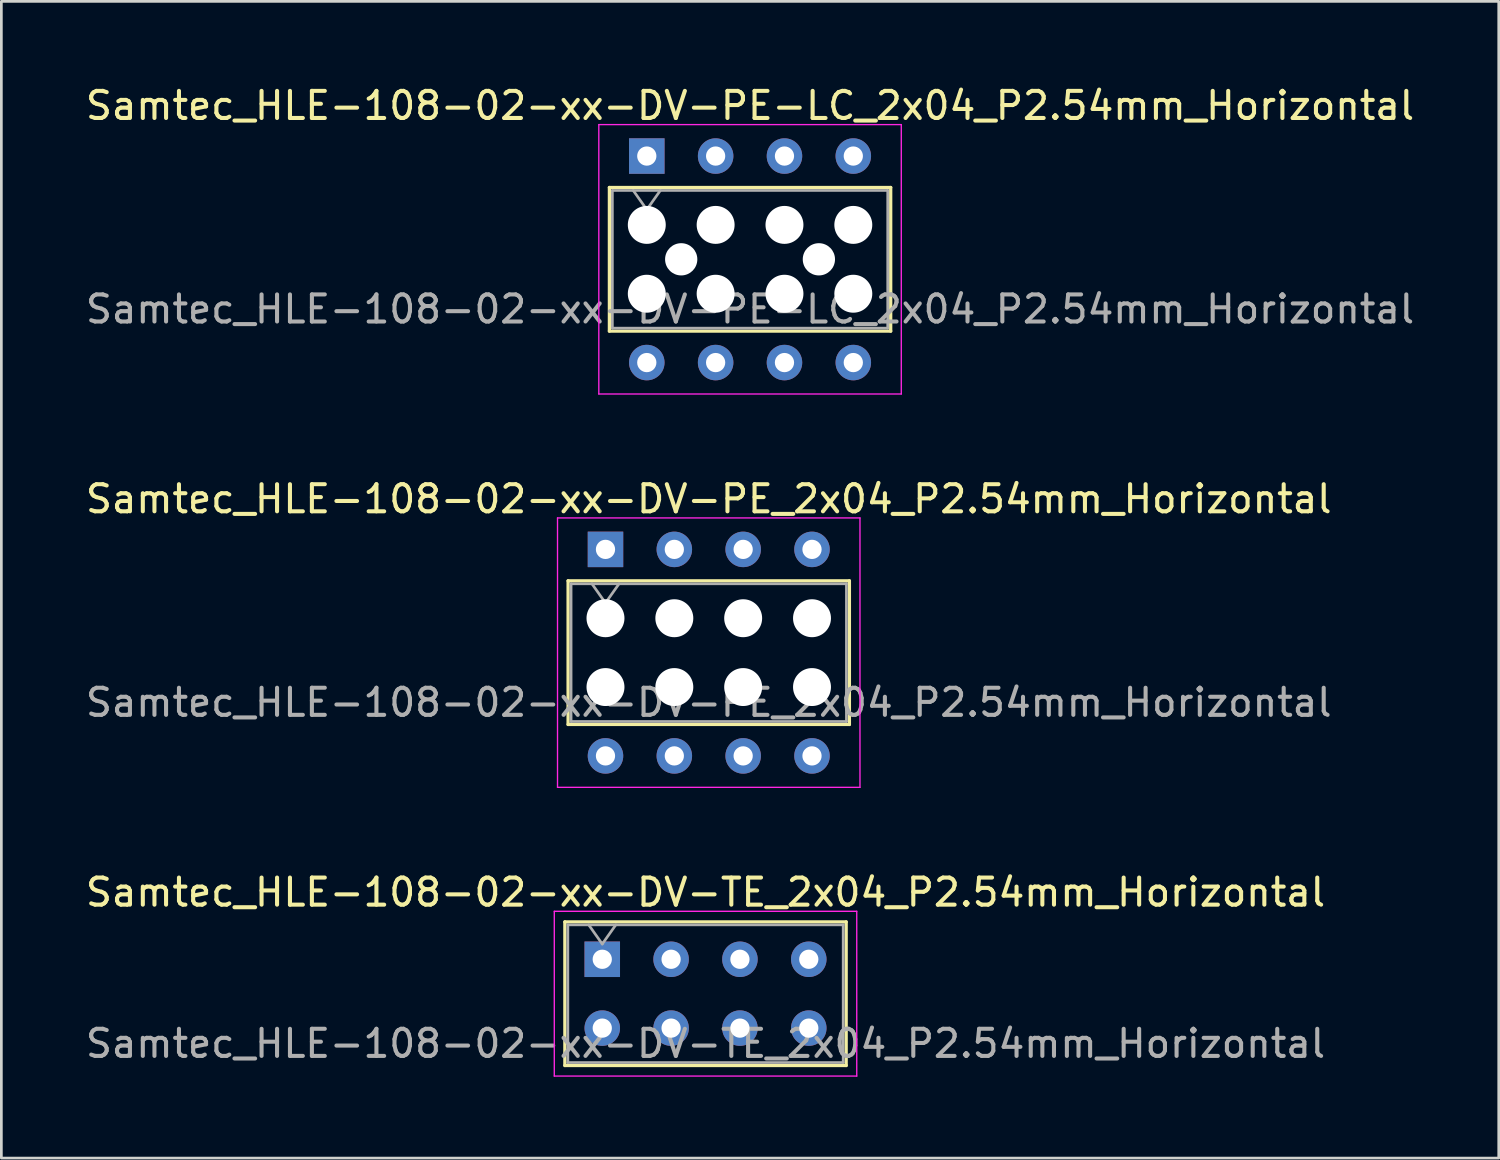
<source format=kicad_pcb>
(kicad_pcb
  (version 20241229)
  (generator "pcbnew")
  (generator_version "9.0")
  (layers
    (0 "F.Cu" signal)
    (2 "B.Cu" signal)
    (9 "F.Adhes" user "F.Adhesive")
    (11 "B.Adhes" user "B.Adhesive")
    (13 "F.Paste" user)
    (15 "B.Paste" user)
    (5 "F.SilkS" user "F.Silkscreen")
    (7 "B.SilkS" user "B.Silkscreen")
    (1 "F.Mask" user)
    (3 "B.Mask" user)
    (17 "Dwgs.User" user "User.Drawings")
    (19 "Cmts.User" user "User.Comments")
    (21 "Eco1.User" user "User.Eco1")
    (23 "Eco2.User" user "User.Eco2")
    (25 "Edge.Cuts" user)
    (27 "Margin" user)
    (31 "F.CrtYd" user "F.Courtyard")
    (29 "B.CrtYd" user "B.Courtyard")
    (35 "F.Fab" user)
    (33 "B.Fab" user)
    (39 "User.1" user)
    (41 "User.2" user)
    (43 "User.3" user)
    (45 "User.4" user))
  (footprint "Samtec_HLE-108-02-xx-DV-TE_2x04_P2.54mm_Horizontal"
    (layer "F.Cu")
    (at 19.172 32.345)
    (property "Reference" "Samtec_HLE-108-02-xx-DV-TE_2x04_P2.54mm_Horizontal" (at 3.81 -2.47 0) (layer "F.SilkS") (effects (font (size 1 1) (thickness 0.15))))
    (attr through_hole)
    (fp_line (start -1.38 -1.38) (end 9 -1.38) (stroke (width 0.12) (type solid)) (layer "F.SilkS"))
    (fp_line (start -1.38 3.92) (end -1.38 -1.38) (stroke (width 0.12) (type solid)) (layer "F.SilkS"))
    (fp_line (start 9 -1.38) (end 9 3.92) (stroke (width 0.12) (type solid)) (layer "F.SilkS"))
    (fp_line (start 9 3.92) (end -1.38 3.92) (stroke (width 0.12) (type solid)) (layer "F.SilkS"))
    (fp_line (start -1.77 -1.77) (end 9.39 -1.77) (stroke (width 0.05) (type solid)) (layer "F.CrtYd"))
    (fp_line (start -1.77 4.31) (end -1.77 -1.77) (stroke (width 0.05) (type solid)) (layer "F.CrtYd"))
    (fp_line (start 9.39 -1.77) (end 9.39 4.31) (stroke (width 0.05) (type solid)) (layer "F.CrtYd"))
    (fp_line (start 9.39 4.31) (end -1.77 4.31) (stroke (width 0.05) (type solid)) (layer "F.CrtYd"))
    (fp_line (start -1.27 -1.27) (end 8.89 -1.27) (stroke (width 0.1) (type solid)) (layer "F.Fab"))
    (fp_line (start -1.27 3.81) (end -1.27 -1.27) (stroke (width 0.1) (type solid)) (layer "F.Fab"))
    (fp_line (start -0.5 -1.27) (end 0 -0.563) (stroke (width 0.1) (type solid)) (layer "F.Fab"))
    (fp_line (start 0 -0.563) (end 0.5 -1.27) (stroke (width 0.1) (type solid)) (layer "F.Fab"))
    (fp_line (start 8.89 -1.27) (end 8.89 3.81) (stroke (width 0.1) (type solid)) (layer "F.Fab"))
    (fp_line (start 8.89 3.81) (end -1.27 3.81) (stroke (width 0.1) (type solid)) (layer "F.Fab"))
    (fp_text user "${REFERENCE}" (at 3.81 3.11 0) (layer "F.Fab") (effects (font (size 1 1) (thickness 0.15))))
    (pad "1" thru_hole rect (at 0 0) (size 1.31 1.31) (drill 0.71) (layers "*.Cu" "*.Mask"))
    (pad "2" thru_hole circle (at 0 2.54) (size 1.31 1.31) (drill 0.71) (layers "*.Cu" "*.Mask"))
    (pad "3" thru_hole circle (at 2.54 0) (size 1.31 1.31) (drill 0.71) (layers "*.Cu" "*.Mask"))
    (pad "4" thru_hole circle (at 2.54 2.54) (size 1.31 1.31) (drill 0.71) (layers "*.Cu" "*.Mask"))
    (pad "5" thru_hole circle (at 5.08 0) (size 1.31 1.31) (drill 0.71) (layers "*.Cu" "*.Mask"))
    (pad "6" thru_hole circle (at 5.08 2.54) (size 1.31 1.31) (drill 0.71) (layers "*.Cu" "*.Mask"))
    (pad "7" thru_hole circle (at 7.62 0) (size 1.31 1.31) (drill 0.71) (layers "*.Cu" "*.Mask"))
    (pad "8" thru_hole circle (at 7.62 2.54) (size 1.31 1.31) (drill 0.71) (layers "*.Cu" "*.Mask")))
  (footprint "Samtec_HLE-108-02-xx-DV-PE_2x04_P2.54mm_Horizontal"
    (layer "F.Cu")
    (at 19.291 17.221)
    (property "Reference" "Samtec_HLE-108-02-xx-DV-PE_2x04_P2.54mm_Horizontal" (at 3.81 -1.86 0) (layer "F.SilkS") (effects (font (size 1 1) (thickness 0.15))))
    (attr through_hole)
    (fp_line (start -1.38 1.16) (end 9 1.16) (stroke (width 0.12) (type solid)) (layer "F.SilkS"))
    (fp_line (start -1.38 6.46) (end -1.38 1.16) (stroke (width 0.12) (type solid)) (layer "F.SilkS"))
    (fp_line (start 9 1.16) (end 9 6.46) (stroke (width 0.12) (type solid)) (layer "F.SilkS"))
    (fp_line (start 9 6.46) (end -1.38 6.46) (stroke (width 0.12) (type solid)) (layer "F.SilkS"))
    (fp_line (start -1.77 -1.16) (end 9.39 -1.16) (stroke (width 0.05) (type solid)) (layer "F.CrtYd"))
    (fp_line (start -1.77 8.78) (end -1.77 -1.16) (stroke (width 0.05) (type solid)) (layer "F.CrtYd"))
    (fp_line (start 9.39 -1.16) (end 9.39 8.78) (stroke (width 0.05) (type solid)) (layer "F.CrtYd"))
    (fp_line (start 9.39 8.78) (end -1.77 8.78) (stroke (width 0.05) (type solid)) (layer "F.CrtYd"))
    (fp_line (start -1.27 1.27) (end 8.89 1.27) (stroke (width 0.1) (type solid)) (layer "F.Fab"))
    (fp_line (start -1.27 6.35) (end -1.27 1.27) (stroke (width 0.1) (type solid)) (layer "F.Fab"))
    (fp_line (start -0.5 1.27) (end 0 1.977) (stroke (width 0.1) (type solid)) (layer "F.Fab"))
    (fp_line (start 0 1.977) (end 0.5 1.27) (stroke (width 0.1) (type solid)) (layer "F.Fab"))
    (fp_line (start 8.89 1.27) (end 8.89 6.35) (stroke (width 0.1) (type solid)) (layer "F.Fab"))
    (fp_line (start 8.89 6.35) (end -1.27 6.35) (stroke (width 0.1) (type solid)) (layer "F.Fab"))
    (fp_text user "${REFERENCE}" (at 3.81 5.65 0) (layer "F.Fab") (effects (font (size 1 1) (thickness 0.15))))
    (pad "" np_thru_hole circle (at 0 2.54) (size 1.4 1.4) (drill 1.4) (layers "*.Cu" "*.Mask"))
    (pad "" np_thru_hole circle (at 0 5.08) (size 1.4 1.4) (drill 1.4) (layers "*.Cu" "*.Mask"))
    (pad "" np_thru_hole circle (at 2.54 2.54) (size 1.4 1.4) (drill 1.4) (layers "*.Cu" "*.Mask"))
    (pad "" np_thru_hole circle (at 2.54 5.08) (size 1.4 1.4) (drill 1.4) (layers "*.Cu" "*.Mask"))
    (pad "" np_thru_hole circle (at 5.08 2.54) (size 1.4 1.4) (drill 1.4) (layers "*.Cu" "*.Mask"))
    (pad "" np_thru_hole circle (at 5.08 5.08) (size 1.4 1.4) (drill 1.4) (layers "*.Cu" "*.Mask"))
    (pad "" np_thru_hole circle (at 7.62 2.54) (size 1.4 1.4) (drill 1.4) (layers "*.Cu" "*.Mask"))
    (pad "" np_thru_hole circle (at 7.62 5.08) (size 1.4 1.4) (drill 1.4) (layers "*.Cu" "*.Mask"))
    (pad "1" thru_hole rect (at 0 0) (size 1.31 1.31) (drill 0.71) (layers "*.Cu" "*.Mask"))
    (pad "2" thru_hole circle (at 0 7.62) (size 1.31 1.31) (drill 0.71) (layers "*.Cu" "*.Mask"))
    (pad "3" thru_hole circle (at 2.54 0) (size 1.31 1.31) (drill 0.71) (layers "*.Cu" "*.Mask"))
    (pad "4" thru_hole circle (at 2.54 7.62) (size 1.31 1.31) (drill 0.71) (layers "*.Cu" "*.Mask"))
    (pad "5" thru_hole circle (at 5.08 0) (size 1.31 1.31) (drill 0.71) (layers "*.Cu" "*.Mask"))
    (pad "6" thru_hole circle (at 5.08 7.62) (size 1.31 1.31) (drill 0.71) (layers "*.Cu" "*.Mask"))
    (pad "7" thru_hole circle (at 7.62 0) (size 1.31 1.31) (drill 0.71) (layers "*.Cu" "*.Mask"))
    (pad "8" thru_hole circle (at 7.62 7.62) (size 1.31 1.31) (drill 0.71) (layers "*.Cu" "*.Mask")))
  (footprint "Samtec_HLE-108-02-xx-DV-PE-LC_2x04_P2.54mm_Horizontal"
    (layer "F.Cu")
    (at 20.815 2.708)
    (property "Reference" "Samtec_HLE-108-02-xx-DV-PE-LC_2x04_P2.54mm_Horizontal" (at 3.81 -1.86 0) (layer "F.SilkS") (effects (font (size 1 1) (thickness 0.15))))
    (attr through_hole)
    (fp_line (start -1.38 1.16) (end 9 1.16) (stroke (width 0.12) (type solid)) (layer "F.SilkS"))
    (fp_line (start -1.38 6.46) (end -1.38 1.16) (stroke (width 0.12) (type solid)) (layer "F.SilkS"))
    (fp_line (start 9 1.16) (end 9 6.46) (stroke (width 0.12) (type solid)) (layer "F.SilkS"))
    (fp_line (start 9 6.46) (end -1.38 6.46) (stroke (width 0.12) (type solid)) (layer "F.SilkS"))
    (fp_line (start -1.77 -1.16) (end 9.39 -1.16) (stroke (width 0.05) (type solid)) (layer "F.CrtYd"))
    (fp_line (start -1.77 8.78) (end -1.77 -1.16) (stroke (width 0.05) (type solid)) (layer "F.CrtYd"))
    (fp_line (start 9.39 -1.16) (end 9.39 8.78) (stroke (width 0.05) (type solid)) (layer "F.CrtYd"))
    (fp_line (start 9.39 8.78) (end -1.77 8.78) (stroke (width 0.05) (type solid)) (layer "F.CrtYd"))
    (fp_line (start -1.27 1.27) (end 8.89 1.27) (stroke (width 0.1) (type solid)) (layer "F.Fab"))
    (fp_line (start -1.27 6.35) (end -1.27 1.27) (stroke (width 0.1) (type solid)) (layer "F.Fab"))
    (fp_line (start -0.5 1.27) (end 0 1.977) (stroke (width 0.1) (type solid)) (layer "F.Fab"))
    (fp_line (start 0 1.977) (end 0.5 1.27) (stroke (width 0.1) (type solid)) (layer "F.Fab"))
    (fp_line (start 8.89 1.27) (end 8.89 6.35) (stroke (width 0.1) (type solid)) (layer "F.Fab"))
    (fp_line (start 8.89 6.35) (end -1.27 6.35) (stroke (width 0.1) (type solid)) (layer "F.Fab"))
    (fp_text user "${REFERENCE}" (at 3.81 5.65 0) (layer "F.Fab") (effects (font (size 1 1) (thickness 0.15))))
    (pad "" np_thru_hole circle (at 0 2.54) (size 1.4 1.4) (drill 1.4) (layers "*.Cu" "*.Mask"))
    (pad "" np_thru_hole circle (at 0 5.08) (size 1.4 1.4) (drill 1.4) (layers "*.Cu" "*.Mask"))
    (pad "" np_thru_hole circle (at 1.27 3.81) (size 1.19 1.19) (drill 1.19) (layers "*.Cu" "*.Mask"))
    (pad "" np_thru_hole circle (at 2.54 2.54) (size 1.4 1.4) (drill 1.4) (layers "*.Cu" "*.Mask"))
    (pad "" np_thru_hole circle (at 2.54 5.08) (size 1.4 1.4) (drill 1.4) (layers "*.Cu" "*.Mask"))
    (pad "" np_thru_hole circle (at 5.08 2.54) (size 1.4 1.4) (drill 1.4) (layers "*.Cu" "*.Mask"))
    (pad "" np_thru_hole circle (at 5.08 5.08) (size 1.4 1.4) (drill 1.4) (layers "*.Cu" "*.Mask"))
    (pad "" np_thru_hole circle (at 6.35 3.81) (size 1.19 1.19) (drill 1.19) (layers "*.Cu" "*.Mask"))
    (pad "" np_thru_hole circle (at 7.62 2.54) (size 1.4 1.4) (drill 1.4) (layers "*.Cu" "*.Mask"))
    (pad "" np_thru_hole circle (at 7.62 5.08) (size 1.4 1.4) (drill 1.4) (layers "*.Cu" "*.Mask"))
    (pad "1" thru_hole rect (at 0 0) (size 1.31 1.31) (drill 0.71) (layers "*.Cu" "*.Mask"))
    (pad "2" thru_hole circle (at 0 7.62) (size 1.31 1.31) (drill 0.71) (layers "*.Cu" "*.Mask"))
    (pad "3" thru_hole circle (at 2.54 0) (size 1.31 1.31) (drill 0.71) (layers "*.Cu" "*.Mask"))
    (pad "4" thru_hole circle (at 2.54 7.62) (size 1.31 1.31) (drill 0.71) (layers "*.Cu" "*.Mask"))
    (pad "5" thru_hole circle (at 5.08 0) (size 1.31 1.31) (drill 0.71) (layers "*.Cu" "*.Mask"))
    (pad "6" thru_hole circle (at 5.08 7.62) (size 1.31 1.31) (drill 0.71) (layers "*.Cu" "*.Mask"))
    (pad "7" thru_hole circle (at 7.62 0) (size 1.31 1.31) (drill 0.71) (layers "*.Cu" "*.Mask"))
    (pad "8" thru_hole circle (at 7.62 7.62) (size 1.31 1.31) (drill 0.71) (layers "*.Cu" "*.Mask")))
  (gr_rect
    (start -3 -3)
    (end 52.25 39.68)
    (stroke (width 0.1) (type default))
    (fill no)
    (layer "Edge.Cuts")))
</source>
